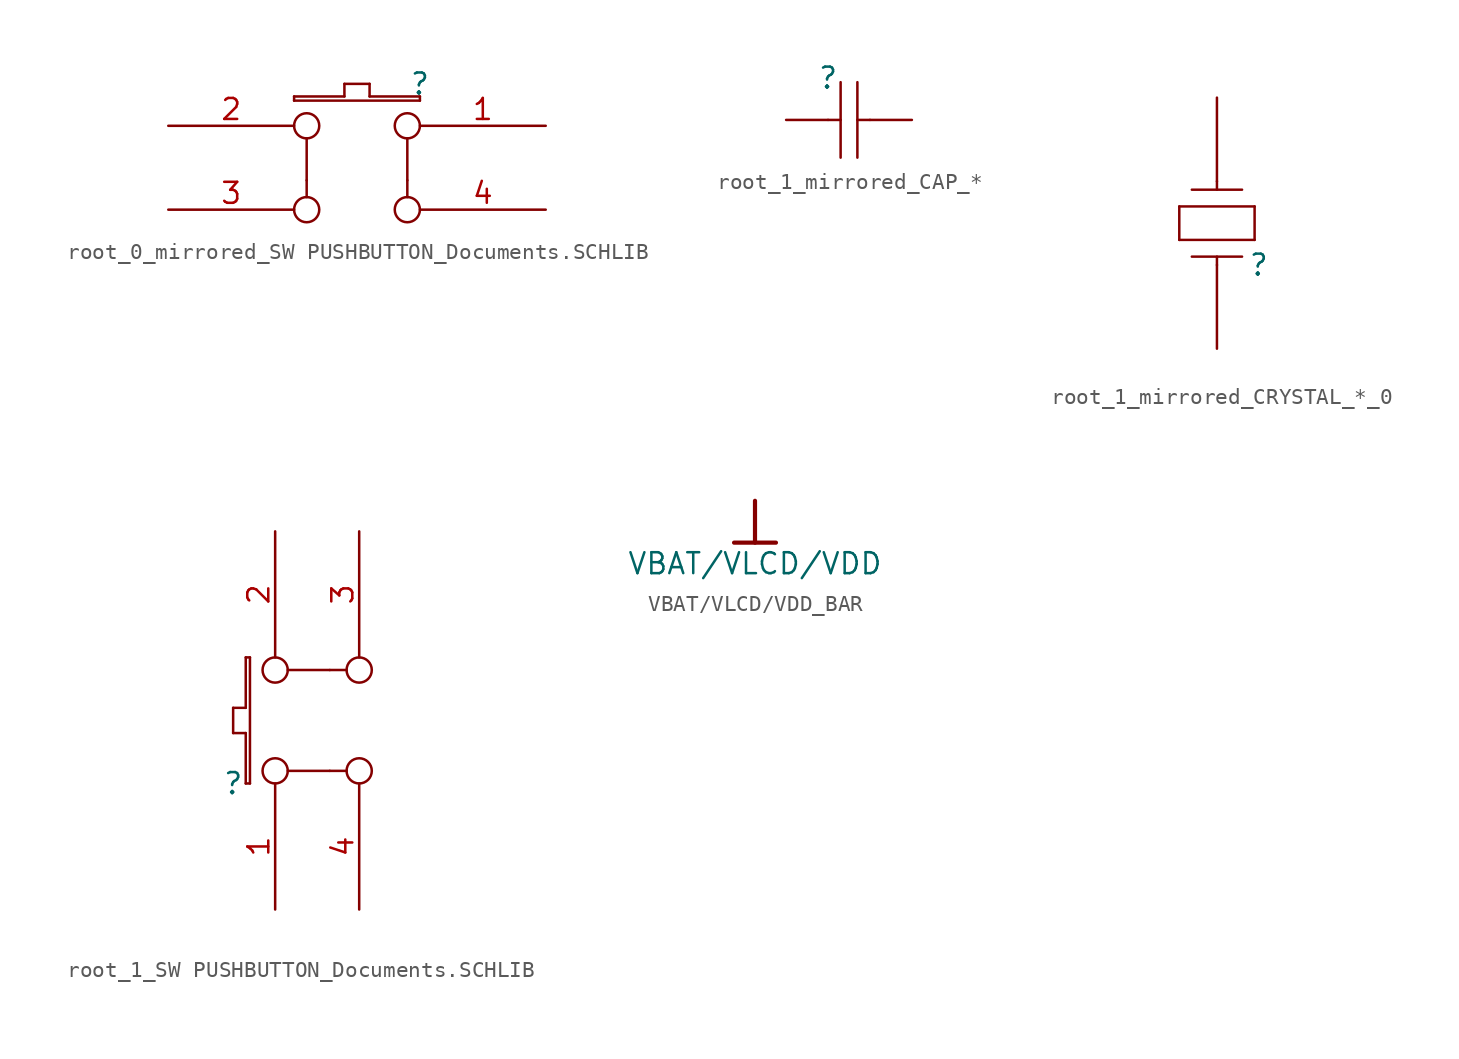
<source format=kicad_sym>
(kicad_symbol_lib
  (version 20241209)
  (generator "kicad_symbol_editor")
  (generator_version "9.0")
  (symbol "root_0_mirrored_SW PUSHBUTTON_Documents.SCHLIB"
    (pin_names
      (hide yes))
    (property "Reference" ""
      (at 0 0 0)
      (effects (font (size 1.27 1.27))))
    (property "Value" ""
      (at 0 0 0)
      (effects (font (size 1.27 1.27))))
    (symbol "root_0_mirrored_SW PUSHBUTTON_Documents.SCHLIB_1_0"
      (polyline (pts (xy -7.62 -0.762) (xy -4.572 -0.762)) (stroke (width 0) (type solid)) (fill (type none)))
      (polyline (pts (xy -7.62 -1.016) (xy -7.62 -0.762)) (stroke (width 0) (type solid)) (fill (type none)))
      (circle (center -6.858 -2.54) (radius 0.762) (stroke (width 0) (type solid)) (fill (type none)))
      (polyline (pts (xy -6.858 -3.302) (xy -6.858 -5.842)) (stroke (width 0) (type solid)) (fill (type none)))
      (polyline (pts (xy -6.858 -5.842) (xy -6.858 -6.858)) (stroke (width 0) (type solid)) (fill (type none)))
      (circle (center -6.858 -7.62) (radius 0.762) (stroke (width 0) (type solid)) (fill (type none)))
      (polyline (pts (xy -4.572 0) (xy -3.048 0)) (stroke (width 0) (type solid)) (fill (type none)))
      (polyline (pts (xy -4.572 -0.762) (xy -4.572 0)) (stroke (width 0) (type solid)) (fill (type none)))
      (polyline (pts (xy -3.048 0) (xy -3.048 -0.762)) (stroke (width 0) (type solid)) (fill (type none)))
      (polyline (pts (xy -3.048 -0.762) (xy 0 -0.762)) (stroke (width 0) (type solid)) (fill (type none)))
      (circle (center -0.762 -2.54) (radius 0.762) (stroke (width 0) (type solid)) (fill (type none)))
      (polyline (pts (xy -0.762 -3.302) (xy -0.762 -5.842)) (stroke (width 0) (type solid)) (fill (type none)))
      (polyline (pts (xy -0.762 -5.842) (xy -0.762 -6.858)) (stroke (width 0) (type solid)) (fill (type none)))
      (circle (center -0.762 -7.62) (radius 0.762) (stroke (width 0) (type solid)) (fill (type none)))
      (polyline (pts (xy 0 -0.762) (xy 0 -1.016)) (stroke (width 0) (type solid)) (fill (type none)))
      (polyline (pts (xy 0 -1.016) (xy -7.62 -1.016)) (stroke (width 0) (type solid)) (fill (type none)))
      (pin passive line (at -15.24 -2.54 0) (length 7.62) (name "B0" (effects (font (size 1.27 1.27)))) (number "2" (effects (font (size 1.27 1.27)))))
      (pin passive line (at -15.24 -7.62 0) (length 7.62) (name "B1" (effects (font (size 1.27 1.27)))) (number "3" (effects (font (size 1.27 1.27)))))
      (pin passive line (at 7.62 -2.54 180) (length 7.62) (name "A0" (effects (font (size 1.27 1.27)))) (number "1" (effects (font (size 1.27 1.27)))))
      (pin passive line (at 7.62 -7.62 180) (length 7.62) (name "A1" (effects (font (size 1.27 1.27)))) (number "4" (effects (font (size 1.27 1.27)))))))
  (symbol "root_1_mirrored_CAP_*"
    (pin_numbers
      (hide yes))
    (pin_names
      (hide yes))
    (property "Reference" ""
      (at 0 0 0)
      (effects (font (size 1.27 1.27))))
    (property "Value" ""
      (at 0 0 0)
      (effects (font (size 1.27 1.27))))
    (symbol "root_1_mirrored_CAP_*_1_0"
      (polyline (pts (xy 0 -2.54) (xy 0.762 -2.54)) (stroke (width 0) (type solid)) (fill (type none)))
      (polyline (pts (xy 0.762 -0.254) (xy 0.762 -4.826)) (stroke (width 0) (type solid)) (fill (type none)))
      (polyline (pts (xy 1.778 -0.254) (xy 1.778 -4.826)) (stroke (width 0) (type solid)) (fill (type none)))
      (polyline (pts (xy 1.778 -2.54) (xy 2.54 -2.54)) (stroke (width 0) (type solid)) (fill (type none)))
      (pin passive line (at -2.54 -2.54 0) (length 2.54) (name "1" (effects (font (size 1.27 1.27)))) (number "1" (effects (font (size 1.27 1.27)))))
      (pin passive line (at 5.08 -2.54 180) (length 2.54) (name "2" (effects (font (size 1.27 1.27)))) (number "2" (effects (font (size 1.27 1.27)))))))
  (symbol "root_1_mirrored_CRYSTAL_*_0"
    (pin_numbers
      (hide yes))
    (pin_names
      (hide yes))
    (property "Reference" ""
      (at 0 0 0)
      (effects (font (size 1.27 1.27))))
    (property "Value" ""
      (at 0 0 0)
      (effects (font (size 1.27 1.27))))
    (symbol "root_1_mirrored_CRYSTAL_*_0_1_0"
      (polyline (pts (xy -4.826 1.524) (xy -4.826 3.556)) (stroke (width 0) (type solid)) (fill (type none)))
      (polyline (pts (xy -2.54 4.572) (xy -2.54 5.08)) (stroke (width 0) (type solid)) (fill (type none)))
      (polyline (pts (xy -2.54 0) (xy -2.54 0.508)) (stroke (width 0) (type solid)) (fill (type none)))
      (polyline (pts (xy -1.016 4.572) (xy -4.064 4.572)) (stroke (width 0) (type solid)) (fill (type none)))
      (polyline (pts (xy -1.016 0.508) (xy -4.064 0.508)) (stroke (width 0) (type solid)) (fill (type none)))
      (polyline (pts (xy -0.254 3.556) (xy -4.826 3.556)) (stroke (width 0) (type solid)) (fill (type none)))
      (polyline (pts (xy -0.254 1.524) (xy -4.826 1.524)) (stroke (width 0) (type solid)) (fill (type none)))
      (polyline (pts (xy -0.254 1.524) (xy -0.254 3.556)) (stroke (width 0) (type solid)) (fill (type none)))
      (pin passive line (at -2.54 10.16 270) (length 5.08) (name "2" (effects (font (size 1.27 1.27)))) (number "2" (effects (font (size 1.27 1.27)))))
      (pin passive line (at -2.54 -5.08 90) (length 5.08) (name "1" (effects (font (size 1.27 1.27)))) (number "1" (effects (font (size 1.27 1.27)))))))
  (symbol "root_1_SW PUSHBUTTON_Documents.SCHLIB"
    (pin_names
      (hide yes))
    (property "Reference" ""
      (at 0 0 0)
      (effects (font (size 1.27 1.27))))
    (property "Value" ""
      (at 0 0 0)
      (effects (font (size 1.27 1.27))))
    (symbol "root_1_SW PUSHBUTTON_Documents.SCHLIB_1_0"
      (polyline (pts (xy 0 4.572) (xy 0 3.048)) (stroke (width 0) (type solid)) (fill (type none)))
      (polyline (pts (xy 0 3.048) (xy 0.762 3.048)) (stroke (width 0) (type solid)) (fill (type none)))
      (polyline (pts (xy 0.762 7.62) (xy 0.762 4.572)) (stroke (width 0) (type solid)) (fill (type none)))
      (polyline (pts (xy 0.762 4.572) (xy 0 4.572)) (stroke (width 0) (type solid)) (fill (type none)))
      (polyline (pts (xy 0.762 3.048) (xy 0.762 0)) (stroke (width 0) (type solid)) (fill (type none)))
      (polyline (pts (xy 0.762 0) (xy 1.016 0)) (stroke (width 0) (type solid)) (fill (type none)))
      (polyline (pts (xy 1.016 7.62) (xy 0.762 7.62)) (stroke (width 0) (type solid)) (fill (type none)))
      (polyline (pts (xy 1.016 0) (xy 1.016 7.62)) (stroke (width 0) (type solid)) (fill (type none)))
      (circle (center 2.54 6.858) (radius 0.762) (stroke (width 0) (type solid)) (fill (type none)))
      (circle (center 2.54 0.762) (radius 0.762) (stroke (width 0) (type solid)) (fill (type none)))
      (polyline (pts (xy 3.302 6.858) (xy 5.842 6.858)) (stroke (width 0) (type solid)) (fill (type none)))
      (polyline (pts (xy 3.302 0.762) (xy 5.842 0.762)) (stroke (width 0) (type solid)) (fill (type none)))
      (polyline (pts (xy 5.842 6.858) (xy 6.858 6.858)) (stroke (width 0) (type solid)) (fill (type none)))
      (polyline (pts (xy 5.842 0.762) (xy 6.858 0.762)) (stroke (width 0) (type solid)) (fill (type none)))
      (circle (center 7.62 6.858) (radius 0.762) (stroke (width 0) (type solid)) (fill (type none)))
      (circle (center 7.62 0.762) (radius 0.762) (stroke (width 0) (type solid)) (fill (type none)))
      (pin passive line (at 2.54 15.24 270) (length 7.62) (name "B0" (effects (font (size 1.27 1.27)))) (number "2" (effects (font (size 1.27 1.27)))))
      (pin passive line (at 2.54 -7.62 90) (length 7.62) (name "A0" (effects (font (size 1.27 1.27)))) (number "1" (effects (font (size 1.27 1.27)))))
      (pin passive line (at 7.62 15.24 270) (length 7.62) (name "B1" (effects (font (size 1.27 1.27)))) (number "3" (effects (font (size 1.27 1.27)))))
      (pin passive line (at 7.62 -7.62 90) (length 7.62) (name "A1" (effects (font (size 1.27 1.27)))) (number "4" (effects (font (size 1.27 1.27)))))))
  (symbol "VBAT/VLCD/VDD_BAR"
    (power)
    (property "Reference" "#PWR"
      (at 0 0 0)
      (effects (font (size 1.27 1.27)) (hide yes)))
    (property "Value" "VBAT/VLCD/VDD"
      (at 0 -3.81 0)
      (effects (font (size 1.27 1.27))))
    (symbol "VBAT/VLCD/VDD_BAR_0_0"
      (polyline (pts (xy -1.27 -2.54) (xy 1.27 -2.54)) (stroke (width 0.254) (type solid)) (fill (type none)))
      (polyline (pts (xy 0 0) (xy 0 -2.54)) (stroke (width 0.254) (type solid)) (fill (type none)))
      (pin power_in line (at 0 0 0) (length 0) (hide yes) (name "VBAT/VLCD/VDD" (effects (font (size 1.27 1.27)))) (number "" (effects (font (size 1.27 1.27))))))))
</source>
